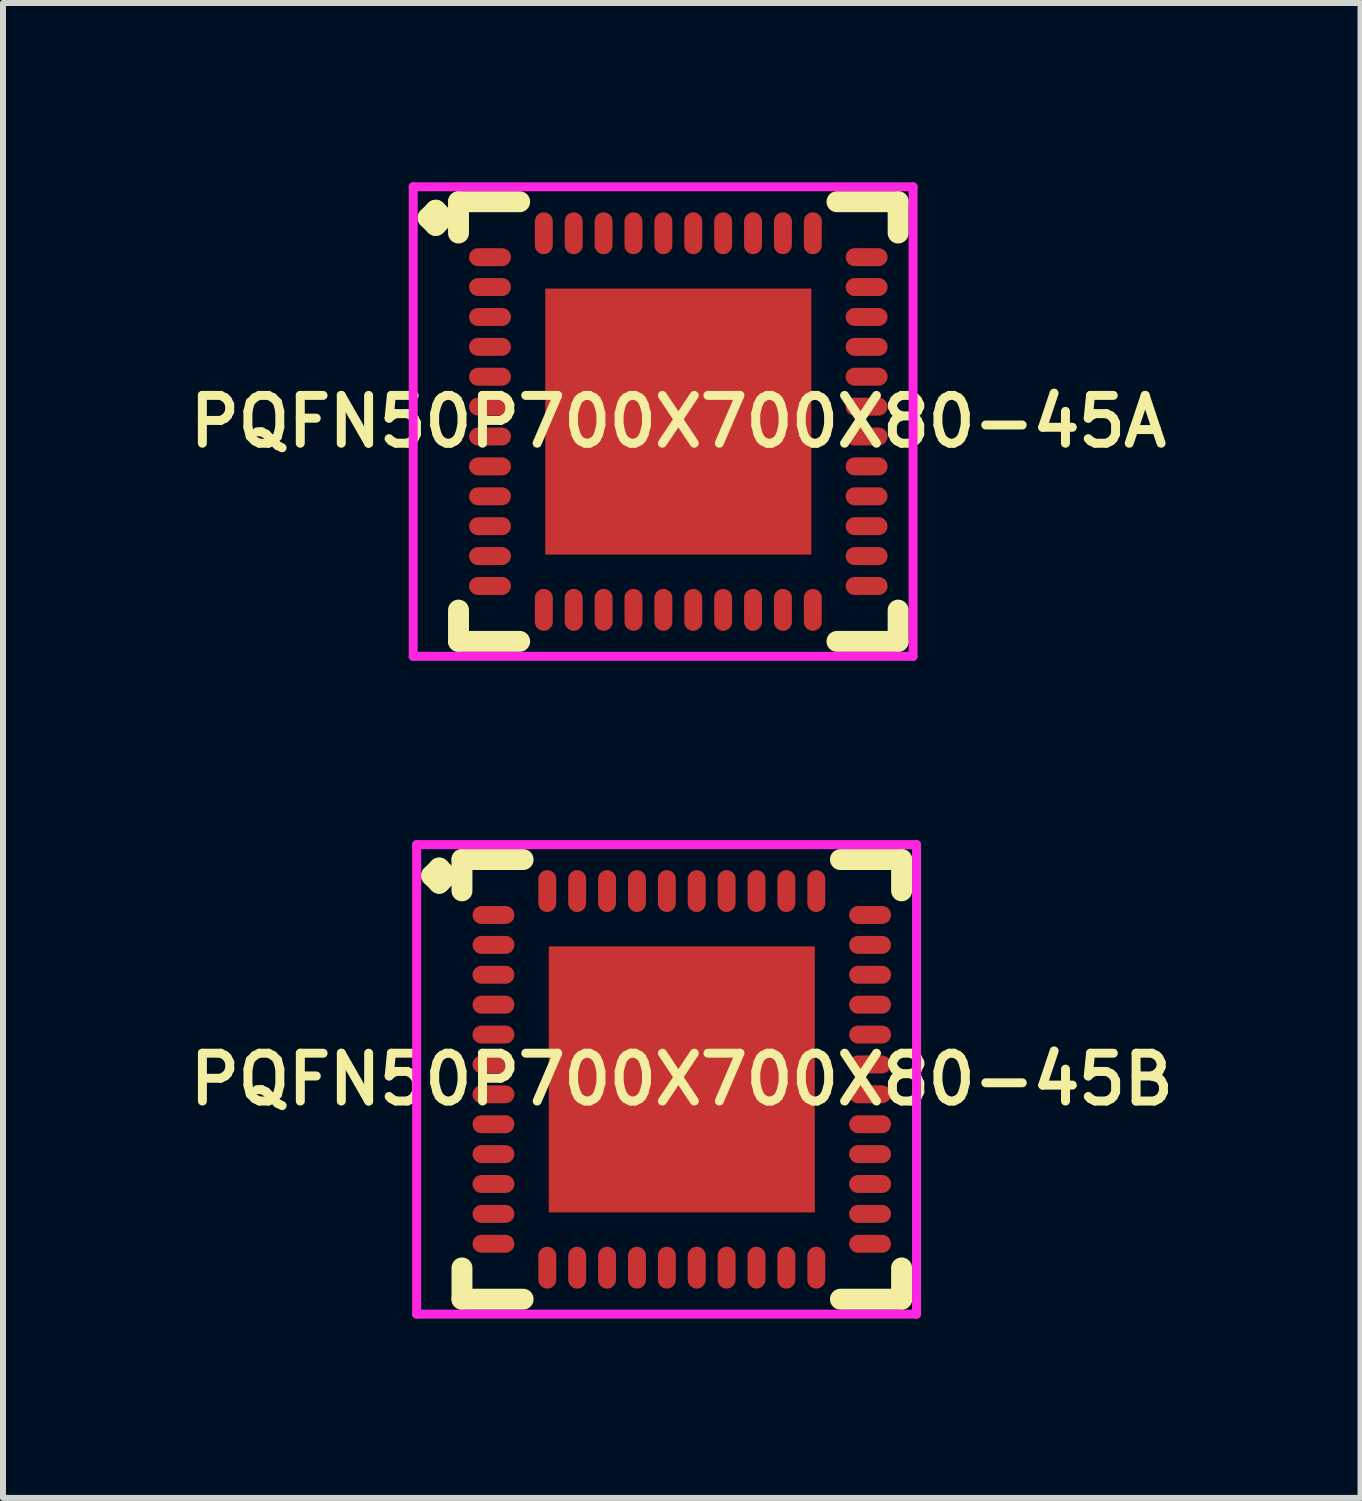
<source format=kicad_pcb>
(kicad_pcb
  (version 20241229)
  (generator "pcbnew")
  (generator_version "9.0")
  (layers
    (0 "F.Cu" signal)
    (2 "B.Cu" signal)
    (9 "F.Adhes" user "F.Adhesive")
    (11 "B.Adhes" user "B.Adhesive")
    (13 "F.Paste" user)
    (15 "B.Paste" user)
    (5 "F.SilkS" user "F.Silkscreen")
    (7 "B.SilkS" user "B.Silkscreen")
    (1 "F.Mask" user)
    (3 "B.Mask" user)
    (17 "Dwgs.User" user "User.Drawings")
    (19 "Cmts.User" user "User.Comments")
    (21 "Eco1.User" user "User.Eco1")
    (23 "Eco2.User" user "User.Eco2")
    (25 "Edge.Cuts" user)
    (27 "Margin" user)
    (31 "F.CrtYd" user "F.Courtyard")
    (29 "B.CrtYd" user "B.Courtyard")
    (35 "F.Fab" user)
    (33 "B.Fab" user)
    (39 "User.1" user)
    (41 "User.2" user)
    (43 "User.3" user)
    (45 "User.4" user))
  (footprint "PQFN50P700X700X80-45A"
    (layer "F.Cu")
    (at 8.297 4.002)
    (property "Reference" "PQFN50P700X700X80-45A" (at 0 0 0) (layer "F.SilkS") (effects (font (size 0.8 0.8) (thickness 0.15))))
    (attr smd)
    (fp_line (start -4.185 -3.408) (end -4.058 -3.535) (stroke (width 0.35) (type solid)) (layer "F.SilkS"))
    (fp_line (start -4.058 -3.535) (end -3.931 -3.408) (stroke (width 0.35) (type solid)) (layer "F.SilkS"))
    (fp_line (start -4.058 -3.281) (end -4.185 -3.408) (stroke (width 0.35) (type solid)) (layer "F.SilkS"))
    (fp_line (start -3.931 -3.408) (end -4.058 -3.281) (stroke (width 0.35) (type solid)) (layer "F.SilkS"))
    (fp_line (start -3.677 -3.677) (end -2.654 -3.677) (stroke (width 0.35) (type solid)) (layer "F.SilkS"))
    (fp_line (start -3.677 -3.154) (end -3.677 -3.677) (stroke (width 0.35) (type solid)) (layer "F.SilkS"))
    (fp_line (start -3.677 3.154) (end -3.677 3.677) (stroke (width 0.35) (type solid)) (layer "F.SilkS"))
    (fp_line (start -3.677 3.677) (end -2.654 3.677) (stroke (width 0.35) (type solid)) (layer "F.SilkS"))
    (fp_line (start 2.654 -3.677) (end 3.677 -3.677) (stroke (width 0.35) (type solid)) (layer "F.SilkS"))
    (fp_line (start 2.654 3.677) (end 3.677 3.677) (stroke (width 0.35) (type solid)) (layer "F.SilkS"))
    (fp_line (start 3.677 -3.677) (end 3.677 -3.154) (stroke (width 0.35) (type solid)) (layer "F.SilkS"))
    (fp_line (start 3.677 3.677) (end 3.677 3.154) (stroke (width 0.35) (type solid)) (layer "F.SilkS"))
    (fp_line (start -4.435 -3.927) (end 3.927 -3.927) (stroke (width 0.15) (type solid)) (layer "F.CrtYd"))
    (fp_line (start -4.435 3.927) (end -4.435 -3.927) (stroke (width 0.15) (type solid)) (layer "F.CrtYd"))
    (fp_line (start 3.927 -3.927) (end 3.927 3.927) (stroke (width 0.15) (type solid)) (layer "F.CrtYd"))
    (fp_line (start 3.927 3.927) (end -4.435 3.927) (stroke (width 0.15) (type solid)) (layer "F.CrtYd"))
    (pad "1" smd oval (at -3.15 -2.75) (size 0.7 0.3) (layers "F.Cu" "F.Mask" "F.Paste"))
    (pad "2" smd oval (at -3.15 -2.25) (size 0.7 0.3) (layers "F.Cu" "F.Mask" "F.Paste"))
    (pad "3" smd oval (at -3.15 -1.75) (size 0.7 0.3) (layers "F.Cu" "F.Mask" "F.Paste"))
    (pad "4" smd oval (at -3.15 -1.25) (size 0.7 0.3) (layers "F.Cu" "F.Mask" "F.Paste"))
    (pad "5" smd oval (at -3.15 -0.75) (size 0.7 0.3) (layers "F.Cu" "F.Mask" "F.Paste"))
    (pad "6" smd oval (at -3.15 -0.25) (size 0.7 0.3) (layers "F.Cu" "F.Mask" "F.Paste"))
    (pad "7" smd oval (at -3.15 0.25) (size 0.7 0.3) (layers "F.Cu" "F.Mask" "F.Paste"))
    (pad "8" smd oval (at -3.15 0.75) (size 0.7 0.3) (layers "F.Cu" "F.Mask" "F.Paste"))
    (pad "9" smd oval (at -3.15 1.25) (size 0.7 0.3) (layers "F.Cu" "F.Mask" "F.Paste"))
    (pad "10" smd oval (at -3.15 1.75) (size 0.7 0.3) (layers "F.Cu" "F.Mask" "F.Paste"))
    (pad "11" smd oval (at -3.15 2.25) (size 0.7 0.3) (layers "F.Cu" "F.Mask" "F.Paste"))
    (pad "12" smd oval (at -3.15 2.75) (size 0.7 0.3) (layers "F.Cu" "F.Mask" "F.Paste"))
    (pad "13" smd oval (at -2.25 3.15) (size 0.3 0.7) (layers "F.Cu" "F.Mask" "F.Paste"))
    (pad "14" smd oval (at -1.75 3.15) (size 0.3 0.7) (layers "F.Cu" "F.Mask" "F.Paste"))
    (pad "15" smd oval (at -1.25 3.15) (size 0.3 0.7) (layers "F.Cu" "F.Mask" "F.Paste"))
    (pad "16" smd oval (at -0.75 3.15) (size 0.3 0.7) (layers "F.Cu" "F.Mask" "F.Paste"))
    (pad "17" smd oval (at -0.25 3.15) (size 0.3 0.7) (layers "F.Cu" "F.Mask" "F.Paste"))
    (pad "18" smd oval (at 0.25 3.15) (size 0.3 0.7) (layers "F.Cu" "F.Mask" "F.Paste"))
    (pad "19" smd oval (at 0.75 3.15) (size 0.3 0.7) (layers "F.Cu" "F.Mask" "F.Paste"))
    (pad "20" smd oval (at 1.25 3.15) (size 0.3 0.7) (layers "F.Cu" "F.Mask" "F.Paste"))
    (pad "21" smd oval (at 1.75 3.15) (size 0.3 0.7) (layers "F.Cu" "F.Mask" "F.Paste"))
    (pad "22" smd oval (at 2.25 3.15) (size 0.3 0.7) (layers "F.Cu" "F.Mask" "F.Paste"))
    (pad "23" smd oval (at 3.15 2.75) (size 0.7 0.3) (layers "F.Cu" "F.Mask" "F.Paste"))
    (pad "24" smd oval (at 3.15 2.25) (size 0.7 0.3) (layers "F.Cu" "F.Mask" "F.Paste"))
    (pad "25" smd oval (at 3.15 1.75) (size 0.7 0.3) (layers "F.Cu" "F.Mask" "F.Paste"))
    (pad "26" smd oval (at 3.15 1.25) (size 0.7 0.3) (layers "F.Cu" "F.Mask" "F.Paste"))
    (pad "27" smd oval (at 3.15 0.75) (size 0.7 0.3) (layers "F.Cu" "F.Mask" "F.Paste"))
    (pad "28" smd oval (at 3.15 0.25) (size 0.7 0.3) (layers "F.Cu" "F.Mask" "F.Paste"))
    (pad "29" smd oval (at 3.15 -0.25) (size 0.7 0.3) (layers "F.Cu" "F.Mask" "F.Paste"))
    (pad "30" smd oval (at 3.15 -0.75) (size 0.7 0.3) (layers "F.Cu" "F.Mask" "F.Paste"))
    (pad "31" smd oval (at 3.15 -1.25) (size 0.7 0.3) (layers "F.Cu" "F.Mask" "F.Paste"))
    (pad "32" smd oval (at 3.15 -1.75) (size 0.7 0.3) (layers "F.Cu" "F.Mask" "F.Paste"))
    (pad "33" smd oval (at 3.15 -2.25) (size 0.7 0.3) (layers "F.Cu" "F.Mask" "F.Paste"))
    (pad "34" smd oval (at 3.15 -2.75) (size 0.7 0.3) (layers "F.Cu" "F.Mask" "F.Paste"))
    (pad "35" smd oval (at 2.25 -3.15) (size 0.3 0.7) (layers "F.Cu" "F.Mask" "F.Paste"))
    (pad "36" smd oval (at 1.75 -3.15) (size 0.3 0.7) (layers "F.Cu" "F.Mask" "F.Paste"))
    (pad "37" smd oval (at 1.25 -3.15) (size 0.3 0.7) (layers "F.Cu" "F.Mask" "F.Paste"))
    (pad "38" smd oval (at 0.75 -3.15) (size 0.3 0.7) (layers "F.Cu" "F.Mask" "F.Paste"))
    (pad "39" smd oval (at 0.25 -3.15) (size 0.3 0.7) (layers "F.Cu" "F.Mask" "F.Paste"))
    (pad "40" smd oval (at -0.25 -3.15) (size 0.3 0.7) (layers "F.Cu" "F.Mask" "F.Paste"))
    (pad "41" smd oval (at -0.75 -3.15) (size 0.3 0.7) (layers "F.Cu" "F.Mask" "F.Paste"))
    (pad "42" smd oval (at -1.25 -3.15) (size 0.3 0.7) (layers "F.Cu" "F.Mask" "F.Paste"))
    (pad "43" smd oval (at -1.75 -3.15) (size 0.3 0.7) (layers "F.Cu" "F.Mask" "F.Paste"))
    (pad "44" smd oval (at -2.25 -3.15) (size 0.3 0.7) (layers "F.Cu" "F.Mask" "F.Paste"))
    (pad "45" smd rect (at 0 0) (size 4.45 4.45) (layers "F.Cu" "F.Mask" "F.Paste")))
  (footprint "PQFN50P700X700X80-45B"
    (layer "F.Cu")
    (at 8.355 15.006)
    (property "Reference" "PQFN50P700X700X80-45B" (at 0 0 0) (layer "F.SilkS") (effects (font (size 0.8 0.8) (thickness 0.15))))
    (attr smd)
    (fp_line (start -4.185 -3.408) (end -4.058 -3.535) (stroke (width 0.35) (type solid)) (layer "F.SilkS"))
    (fp_line (start -4.058 -3.535) (end -3.931 -3.408) (stroke (width 0.35) (type solid)) (layer "F.SilkS"))
    (fp_line (start -4.058 -3.281) (end -4.185 -3.408) (stroke (width 0.35) (type solid)) (layer "F.SilkS"))
    (fp_line (start -3.931 -3.408) (end -4.058 -3.281) (stroke (width 0.35) (type solid)) (layer "F.SilkS"))
    (fp_line (start -3.677 -3.677) (end -2.654 -3.677) (stroke (width 0.35) (type solid)) (layer "F.SilkS"))
    (fp_line (start -3.677 -3.154) (end -3.677 -3.677) (stroke (width 0.35) (type solid)) (layer "F.SilkS"))
    (fp_line (start -3.677 3.154) (end -3.677 3.677) (stroke (width 0.35) (type solid)) (layer "F.SilkS"))
    (fp_line (start -3.677 3.677) (end -2.654 3.677) (stroke (width 0.35) (type solid)) (layer "F.SilkS"))
    (fp_line (start 2.654 -3.677) (end 3.677 -3.677) (stroke (width 0.35) (type solid)) (layer "F.SilkS"))
    (fp_line (start 2.654 3.677) (end 3.677 3.677) (stroke (width 0.35) (type solid)) (layer "F.SilkS"))
    (fp_line (start 3.677 -3.677) (end 3.677 -3.154) (stroke (width 0.35) (type solid)) (layer "F.SilkS"))
    (fp_line (start 3.677 3.677) (end 3.677 3.154) (stroke (width 0.35) (type solid)) (layer "F.SilkS"))
    (fp_line (start -4.435 -3.927) (end 3.927 -3.927) (stroke (width 0.15) (type solid)) (layer "F.CrtYd"))
    (fp_line (start -4.435 3.927) (end -4.435 -3.927) (stroke (width 0.15) (type solid)) (layer "F.CrtYd"))
    (fp_line (start 3.927 -3.927) (end 3.927 3.927) (stroke (width 0.15) (type solid)) (layer "F.CrtYd"))
    (fp_line (start 3.927 3.927) (end -4.435 3.927) (stroke (width 0.15) (type solid)) (layer "F.CrtYd"))
    (pad "1" smd oval (at -3.15 -2.75) (size 0.7 0.3) (layers "F.Cu" "F.Mask" "F.Paste"))
    (pad "2" smd oval (at -3.15 -2.25) (size 0.7 0.3) (layers "F.Cu" "F.Mask" "F.Paste"))
    (pad "3" smd oval (at -3.15 -1.75) (size 0.7 0.3) (layers "F.Cu" "F.Mask" "F.Paste"))
    (pad "4" smd oval (at -3.15 -1.25) (size 0.7 0.3) (layers "F.Cu" "F.Mask" "F.Paste"))
    (pad "5" smd oval (at -3.15 -0.75) (size 0.7 0.3) (layers "F.Cu" "F.Mask" "F.Paste"))
    (pad "6" smd oval (at -3.15 -0.25) (size 0.7 0.3) (layers "F.Cu" "F.Mask" "F.Paste"))
    (pad "7" smd oval (at -3.15 0.25) (size 0.7 0.3) (layers "F.Cu" "F.Mask" "F.Paste"))
    (pad "8" smd oval (at -3.15 0.75) (size 0.7 0.3) (layers "F.Cu" "F.Mask" "F.Paste"))
    (pad "9" smd oval (at -3.15 1.25) (size 0.7 0.3) (layers "F.Cu" "F.Mask" "F.Paste"))
    (pad "10" smd oval (at -3.15 1.75) (size 0.7 0.3) (layers "F.Cu" "F.Mask" "F.Paste"))
    (pad "11" smd oval (at -3.15 2.25) (size 0.7 0.3) (layers "F.Cu" "F.Mask" "F.Paste"))
    (pad "12" smd oval (at -3.15 2.75) (size 0.7 0.3) (layers "F.Cu" "F.Mask" "F.Paste"))
    (pad "13" smd oval (at -2.25 3.15) (size 0.3 0.7) (layers "F.Cu" "F.Mask" "F.Paste"))
    (pad "14" smd oval (at -1.75 3.15) (size 0.3 0.7) (layers "F.Cu" "F.Mask" "F.Paste"))
    (pad "15" smd oval (at -1.25 3.15) (size 0.3 0.7) (layers "F.Cu" "F.Mask" "F.Paste"))
    (pad "16" smd oval (at -0.75 3.15) (size 0.3 0.7) (layers "F.Cu" "F.Mask" "F.Paste"))
    (pad "17" smd oval (at -0.25 3.15) (size 0.3 0.7) (layers "F.Cu" "F.Mask" "F.Paste"))
    (pad "18" smd oval (at 0.25 3.15) (size 0.3 0.7) (layers "F.Cu" "F.Mask" "F.Paste"))
    (pad "19" smd oval (at 0.75 3.15) (size 0.3 0.7) (layers "F.Cu" "F.Mask" "F.Paste"))
    (pad "20" smd oval (at 1.25 3.15) (size 0.3 0.7) (layers "F.Cu" "F.Mask" "F.Paste"))
    (pad "21" smd oval (at 1.75 3.15) (size 0.3 0.7) (layers "F.Cu" "F.Mask" "F.Paste"))
    (pad "22" smd oval (at 2.25 3.15) (size 0.3 0.7) (layers "F.Cu" "F.Mask" "F.Paste"))
    (pad "23" smd oval (at 3.15 2.75) (size 0.7 0.3) (layers "F.Cu" "F.Mask" "F.Paste"))
    (pad "24" smd oval (at 3.15 2.25) (size 0.7 0.3) (layers "F.Cu" "F.Mask" "F.Paste"))
    (pad "25" smd oval (at 3.15 1.75) (size 0.7 0.3) (layers "F.Cu" "F.Mask" "F.Paste"))
    (pad "26" smd oval (at 3.15 1.25) (size 0.7 0.3) (layers "F.Cu" "F.Mask" "F.Paste"))
    (pad "27" smd oval (at 3.15 0.75) (size 0.7 0.3) (layers "F.Cu" "F.Mask" "F.Paste"))
    (pad "28" smd oval (at 3.15 0.25) (size 0.7 0.3) (layers "F.Cu" "F.Mask" "F.Paste"))
    (pad "29" smd oval (at 3.15 -0.25) (size 0.7 0.3) (layers "F.Cu" "F.Mask" "F.Paste"))
    (pad "30" smd oval (at 3.15 -0.75) (size 0.7 0.3) (layers "F.Cu" "F.Mask" "F.Paste"))
    (pad "31" smd oval (at 3.15 -1.25) (size 0.7 0.3) (layers "F.Cu" "F.Mask" "F.Paste"))
    (pad "32" smd oval (at 3.15 -1.75) (size 0.7 0.3) (layers "F.Cu" "F.Mask" "F.Paste"))
    (pad "33" smd oval (at 3.15 -2.25) (size 0.7 0.3) (layers "F.Cu" "F.Mask" "F.Paste"))
    (pad "34" smd oval (at 3.15 -2.75) (size 0.7 0.3) (layers "F.Cu" "F.Mask" "F.Paste"))
    (pad "35" smd oval (at 2.25 -3.15) (size 0.3 0.7) (layers "F.Cu" "F.Mask" "F.Paste"))
    (pad "36" smd oval (at 1.75 -3.15) (size 0.3 0.7) (layers "F.Cu" "F.Mask" "F.Paste"))
    (pad "37" smd oval (at 1.25 -3.15) (size 0.3 0.7) (layers "F.Cu" "F.Mask" "F.Paste"))
    (pad "38" smd oval (at 0.75 -3.15) (size 0.3 0.7) (layers "F.Cu" "F.Mask" "F.Paste"))
    (pad "39" smd oval (at 0.25 -3.15) (size 0.3 0.7) (layers "F.Cu" "F.Mask" "F.Paste"))
    (pad "40" smd oval (at -0.25 -3.15) (size 0.3 0.7) (layers "F.Cu" "F.Mask" "F.Paste"))
    (pad "41" smd oval (at -0.75 -3.15) (size 0.3 0.7) (layers "F.Cu" "F.Mask" "F.Paste"))
    (pad "42" smd oval (at -1.25 -3.15) (size 0.3 0.7) (layers "F.Cu" "F.Mask" "F.Paste"))
    (pad "43" smd oval (at -1.75 -3.15) (size 0.3 0.7) (layers "F.Cu" "F.Mask" "F.Paste"))
    (pad "44" smd oval (at -2.25 -3.15) (size 0.3 0.7) (layers "F.Cu" "F.Mask" "F.Paste"))
    (pad "45" smd rect (at 0 0) (size 4.45 4.45) (layers "F.Cu" "F.Mask" "F.Paste")))
  (gr_rect
    (start -3 -3)
    (end 19.709 22.008)
    (stroke (width 0.1) (type default))
    (fill no)
    (layer "Edge.Cuts")))
</source>
